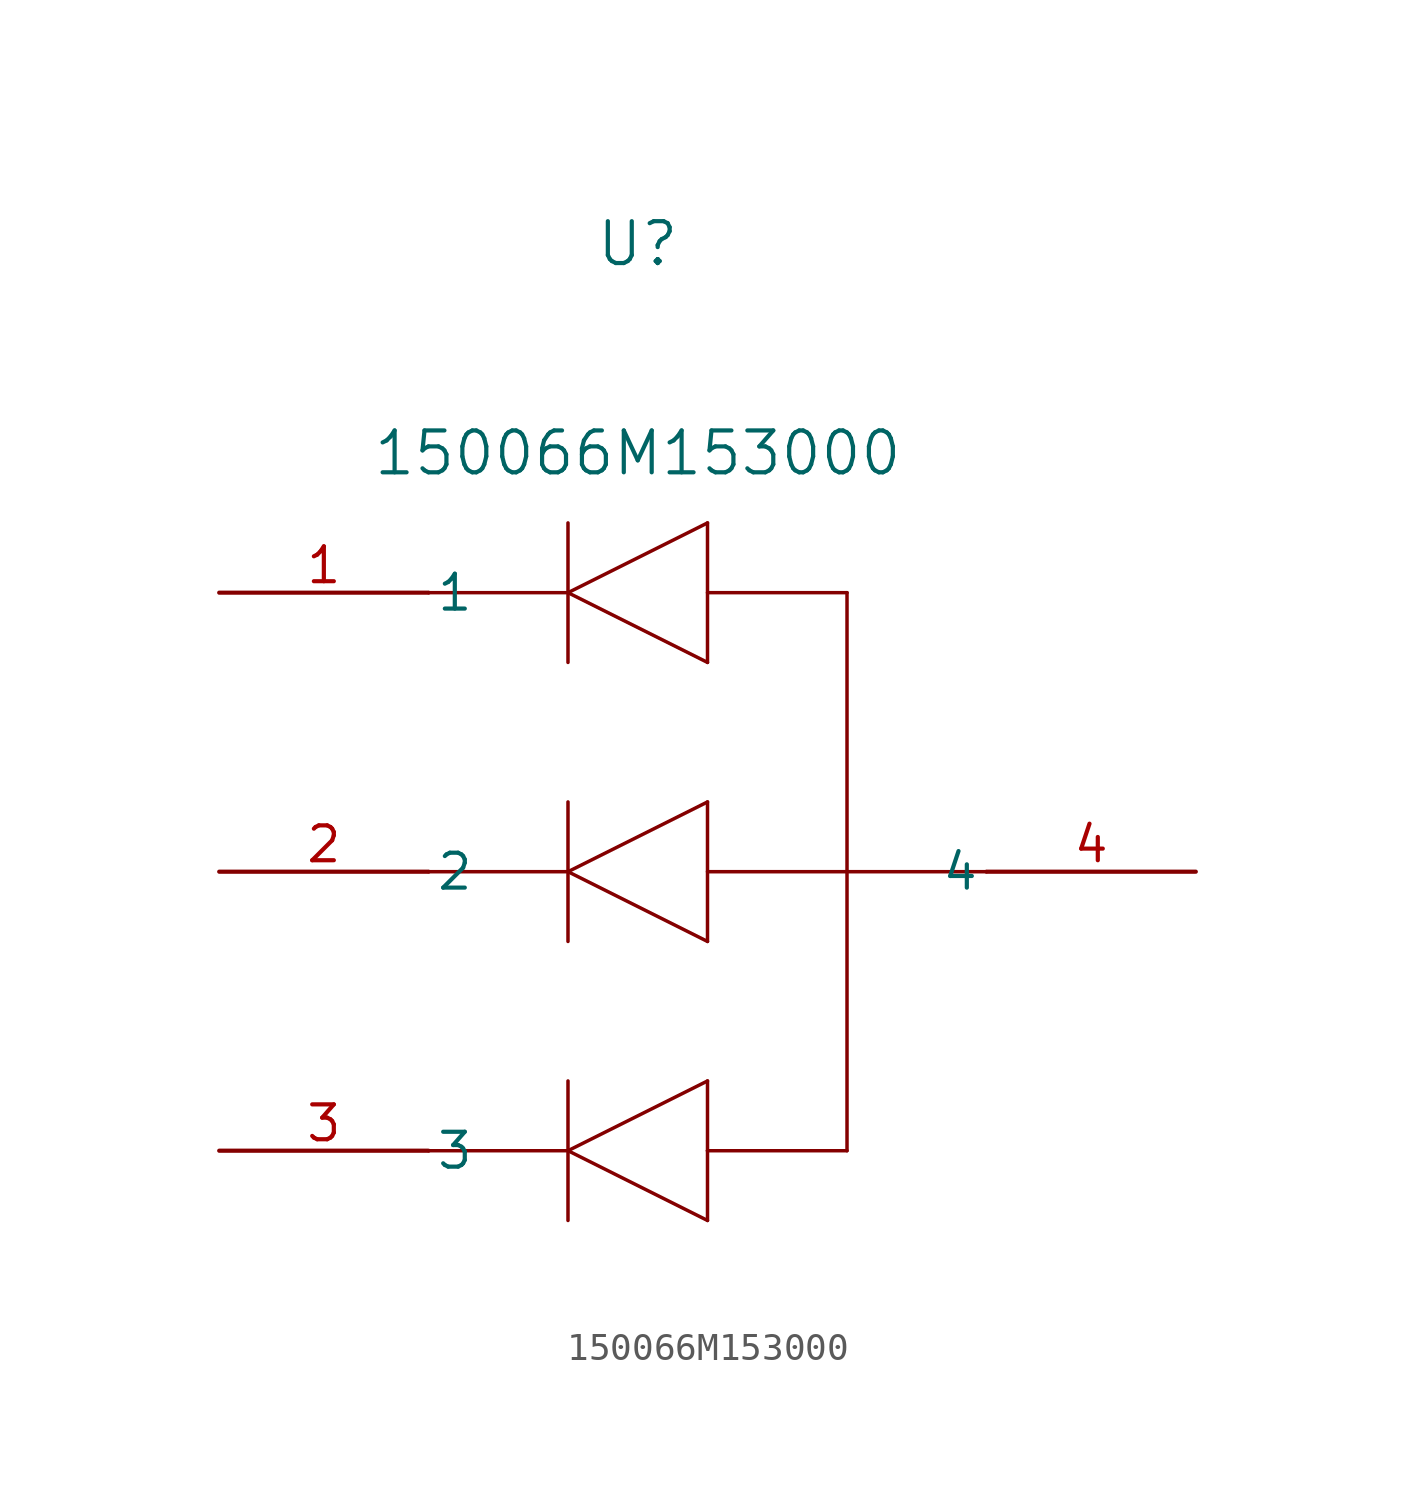
<source format=kicad_sym>
(kicad_symbol_lib
  (version 20211014)
  (generator kicad_symbol_editor)
  (symbol "150066M153000"
    (pin_names
      (offset 0.254))
    (property "Reference" "U"
      (at 20.32 15.24 0)
      (effects (font (size 1.524 1.524))))
    (property "Value" "150066M153000"
      (at 20.32 7.62 0)
      (effects (font (size 1.524 1.524))))
    (symbol "150066M153000_0_1"
      (polyline (pts (xy 12.7 2.54) (xy 17.78 2.54)) (stroke (width 0.127) (type default) (color 0 0 0 0)) (fill (type none)))
      (polyline (pts (xy 17.78 2.54) (xy 17.78 5.08)) (stroke (width 0.127) (type default) (color 0 0 0 0)) (fill (type none)))
      (polyline (pts (xy 17.78 2.54) (xy 17.78 0)) (stroke (width 0.127) (type default) (color 0 0 0 0)) (fill (type none)))
      (polyline (pts (xy 17.78 2.54) (xy 22.86 5.08)) (stroke (width 0.127) (type default) (color 0 0 0 0)) (fill (type none)))
      (polyline (pts (xy 22.86 5.08) (xy 22.86 0)) (stroke (width 0.127) (type default) (color 0 0 0 0)) (fill (type none)))
      (polyline (pts (xy 22.86 0) (xy 17.78 2.54)) (stroke (width 0.127) (type default) (color 0 0 0 0)) (fill (type none)))
      (polyline (pts (xy 33.02 -7.62) (xy 27.94 -7.62)) (stroke (width 0.127) (type default) (color 0 0 0 0)) (fill (type none)))
      (polyline (pts (xy 27.94 -7.62) (xy 27.94 2.54)) (stroke (width 0.127) (type default) (color 0 0 0 0)) (fill (type none)))
      (polyline (pts (xy 27.94 2.54) (xy 22.86 2.54)) (stroke (width 0.127) (type default) (color 0 0 0 0)) (fill (type none)))
      (polyline (pts (xy 27.94 -7.62) (xy 27.94 -17.78)) (stroke (width 0.127) (type default) (color 0 0 0 0)) (fill (type none)))
      (polyline (pts (xy 27.94 -17.78) (xy 22.86 -17.78)) (stroke (width 0.127) (type default) (color 0 0 0 0)) (fill (type none)))
      (polyline (pts (xy 22.86 -17.78) (xy 22.86 -15.24)) (stroke (width 0.127) (type default) (color 0 0 0 0)) (fill (type none)))
      (polyline (pts (xy 22.86 -17.78) (xy 22.86 -20.32)) (stroke (width 0.127) (type default) (color 0 0 0 0)) (fill (type none)))
      (polyline (pts (xy 22.86 -20.32) (xy 17.78 -17.78)) (stroke (width 0.127) (type default) (color 0 0 0 0)) (fill (type none)))
      (polyline (pts (xy 17.78 -17.78) (xy 22.86 -15.24)) (stroke (width 0.127) (type default) (color 0 0 0 0)) (fill (type none)))
      (polyline (pts (xy 17.78 -20.32) (xy 17.78 -15.24)) (stroke (width 0.127) (type default) (color 0 0 0 0)) (fill (type none)))
      (polyline (pts (xy 17.78 -17.78) (xy 12.7 -17.78)) (stroke (width 0.127) (type default) (color 0 0 0 0)) (fill (type none)))
      (polyline (pts (xy 12.7 -7.62) (xy 17.78 -7.62)) (stroke (width 0.127) (type default) (color 0 0 0 0)) (fill (type none)))
      (polyline (pts (xy 17.78 -10.16) (xy 17.78 -5.08)) (stroke (width 0.127) (type default) (color 0 0 0 0)) (fill (type none)))
      (polyline (pts (xy 17.78 -7.62) (xy 22.86 -5.08)) (stroke (width 0.127) (type default) (color 0 0 0 0)) (fill (type none)))
      (polyline (pts (xy 22.86 -5.08) (xy 22.86 -10.16)) (stroke (width 0.127) (type default) (color 0 0 0 0)) (fill (type none)))
      (polyline (pts (xy 22.86 -10.16) (xy 17.78 -7.62)) (stroke (width 0.127) (type default) (color 0 0 0 0)) (fill (type none)))
      (polyline (pts (xy 22.86 -7.62) (xy 27.94 -7.62)) (stroke (width 0.127) (type default) (color 0 0 0 0)) (fill (type none)))
      (pin unspecified line (at 5.08 2.54 0) (length 7.62) (name "1" (effects (font (size 1.27 1.27)))) (number "1" (effects (font (size 1.27 1.27)))))
      (pin unspecified line (at 5.08 -7.62 0) (length 7.62) (name "2" (effects (font (size 1.27 1.27)))) (number "2" (effects (font (size 1.27 1.27)))))
      (pin unspecified line (at 5.08 -17.78 0) (length 7.62) (name "3" (effects (font (size 1.27 1.27)))) (number "3" (effects (font (size 1.27 1.27)))))
      (pin unspecified line (at 40.64 -7.62 180) (length 7.62) (name "4" (effects (font (size 1.27 1.27)))) (number "4" (effects (font (size 1.27 1.27))))))))
</source>
